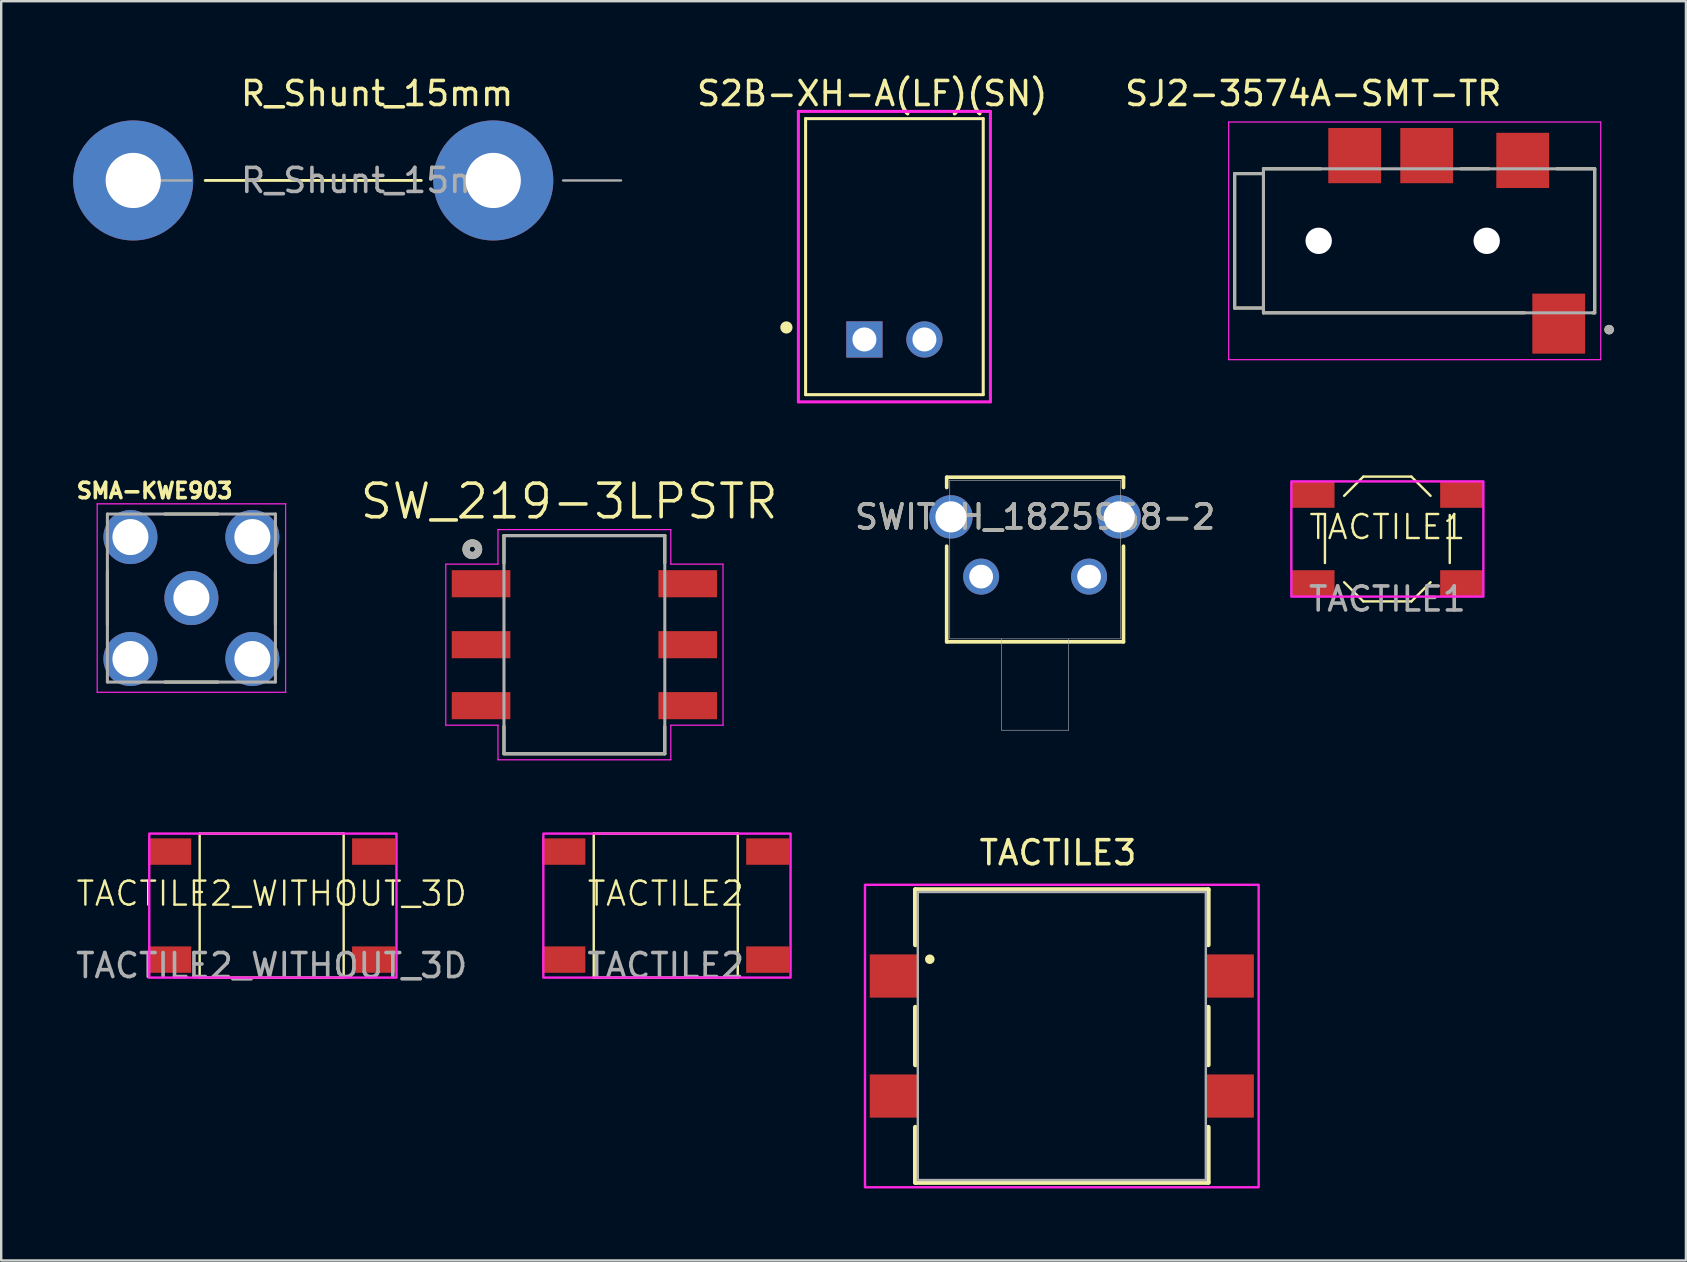
<source format=kicad_pcb>
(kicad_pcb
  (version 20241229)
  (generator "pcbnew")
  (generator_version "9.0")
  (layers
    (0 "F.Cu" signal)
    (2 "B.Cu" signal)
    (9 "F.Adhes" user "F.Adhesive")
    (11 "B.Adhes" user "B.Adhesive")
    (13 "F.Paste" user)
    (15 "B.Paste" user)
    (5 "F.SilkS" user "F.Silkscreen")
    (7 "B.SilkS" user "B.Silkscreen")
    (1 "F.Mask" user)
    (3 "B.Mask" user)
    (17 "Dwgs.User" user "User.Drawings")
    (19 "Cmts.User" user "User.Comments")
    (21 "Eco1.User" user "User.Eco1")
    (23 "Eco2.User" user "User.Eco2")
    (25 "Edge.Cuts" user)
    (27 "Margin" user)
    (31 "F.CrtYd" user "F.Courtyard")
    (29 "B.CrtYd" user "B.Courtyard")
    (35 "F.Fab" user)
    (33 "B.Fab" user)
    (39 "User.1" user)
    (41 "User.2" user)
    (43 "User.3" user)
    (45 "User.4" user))
  (footprint "SMA-KWE903"
    (layer "F.Cu")
    (at 4.924 21.865)
    (property "Reference" "SMA-KWE903" (at -1.533 -4.471 0) (layer "F.SilkS") (effects (font (size 0.64 0.64) (thickness 0.15))))
    (attr through_hole)
    (fp_line (start -3.5 -1.105) (end -3.5 1.105) (stroke (width 0.127) (type solid)) (layer "F.SilkS"))
    (fp_line (start 1.105 -3.5) (end -1.105 -3.5) (stroke (width 0.127) (type solid)) (layer "F.SilkS"))
    (fp_line (start 1.105 3.5) (end -1.105 3.5) (stroke (width 0.127) (type solid)) (layer "F.SilkS"))
    (fp_line (start 3.5 -1.105) (end 3.5 1.105) (stroke (width 0.127) (type solid)) (layer "F.SilkS"))
    (fp_line (start -3.925 -3.925) (end -3.925 3.925) (stroke (width 0.05) (type solid)) (layer "F.CrtYd"))
    (fp_line (start -3.925 3.925) (end 3.925 3.925) (stroke (width 0.05) (type solid)) (layer "F.CrtYd"))
    (fp_line (start 3.925 -3.925) (end -3.925 -3.925) (stroke (width 0.05) (type solid)) (layer "F.CrtYd"))
    (fp_line (start 3.925 3.925) (end 3.925 -3.925) (stroke (width 0.05) (type solid)) (layer "F.CrtYd"))
    (fp_line (start -3.5 -3.5) (end -3.5 3.5) (stroke (width 0.127) (type solid)) (layer "F.Fab"))
    (fp_line (start -3.5 3.5) (end 3.5 3.5) (stroke (width 0.127) (type solid)) (layer "F.Fab"))
    (fp_line (start 3.5 -3.5) (end -3.5 -3.5) (stroke (width 0.127) (type solid)) (layer "F.Fab"))
    (fp_line (start 3.5 3.5) (end 3.5 -3.5) (stroke (width 0.127) (type solid)) (layer "F.Fab"))
    (pad "1" thru_hole circle (at 0 0) (size 2.25 2.25) (drill 1.5) (layers "*.Cu" "*.Mask"))
    (pad "S1" thru_hole circle (at -2.54 -2.54) (size 2.25 2.25) (drill 1.5) (layers "*.Cu" "*.Mask"))
    (pad "S2" thru_hole circle (at -2.54 2.54) (size 2.25 2.25) (drill 1.5) (layers "*.Cu" "*.Mask"))
    (pad "S3" thru_hole circle (at 2.54 2.54) (size 2.25 2.25) (drill 1.5) (layers "*.Cu" "*.Mask"))
    (pad "S4" thru_hole circle (at 2.54 -2.54) (size 2.25 2.25) (drill 1.5) (layers "*.Cu" "*.Mask")))
  (footprint "SW_219-3LPSTR"
    (layer "F.Cu")
    (at 21.296 23.808)
    (property "Reference" "SW_219-3LPSTR" (at -0.635 -5.97 0) (layer "F.SilkS") (effects (font (size 1.4 1.4) (thickness 0.15))))
    (attr smd)
    (fp_line (start -3.35 -4.545) (end -3.35 -3.4) (stroke (width 0.127) (type solid)) (layer "F.SilkS"))
    (fp_line (start -3.35 3.405) (end -3.35 4.545) (stroke (width 0.127) (type solid)) (layer "F.SilkS"))
    (fp_line (start 3.35 -4.545) (end -3.35 -4.545) (stroke (width 0.127) (type solid)) (layer "F.SilkS"))
    (fp_line (start 3.35 -4.545) (end 3.35 -3.4) (stroke (width 0.127) (type solid)) (layer "F.SilkS"))
    (fp_line (start 3.35 3.405) (end 3.35 4.545) (stroke (width 0.127) (type solid)) (layer "F.SilkS"))
    (fp_line (start 3.35 4.545) (end -3.35 4.545) (stroke (width 0.127) (type solid)) (layer "F.SilkS"))
    (fp_circle (center -4.669 -3.977) (end -4.557 -3.977) (stroke (width 0.3) (type solid)) (fill no) (layer "F.SilkS"))
    (fp_line (start -5.775 -3.355) (end -3.6 -3.355) (stroke (width 0.05) (type solid)) (layer "F.CrtYd"))
    (fp_line (start -5.775 3.355) (end -5.775 -3.355) (stroke (width 0.05) (type solid)) (layer "F.CrtYd"))
    (fp_line (start -3.6 -4.795) (end 3.6 -4.795) (stroke (width 0.05) (type solid)) (layer "F.CrtYd"))
    (fp_line (start -3.6 -3.355) (end -3.6 -4.795) (stroke (width 0.05) (type solid)) (layer "F.CrtYd"))
    (fp_line (start -3.6 3.355) (end -5.775 3.355) (stroke (width 0.05) (type solid)) (layer "F.CrtYd"))
    (fp_line (start -3.6 4.795) (end -3.6 3.355) (stroke (width 0.05) (type solid)) (layer "F.CrtYd"))
    (fp_line (start 3.6 -4.795) (end 3.6 -3.355) (stroke (width 0.05) (type solid)) (layer "F.CrtYd"))
    (fp_line (start 3.6 -3.355) (end 5.775 -3.355) (stroke (width 0.05) (type solid)) (layer "F.CrtYd"))
    (fp_line (start 3.6 3.355) (end 3.6 4.795) (stroke (width 0.05) (type solid)) (layer "F.CrtYd"))
    (fp_line (start 3.6 4.795) (end -3.6 4.795) (stroke (width 0.05) (type solid)) (layer "F.CrtYd"))
    (fp_line (start 5.775 -3.355) (end 5.775 3.355) (stroke (width 0.05) (type solid)) (layer "F.CrtYd"))
    (fp_line (start 5.775 3.355) (end 3.6 3.355) (stroke (width 0.05) (type solid)) (layer "F.CrtYd"))
    (fp_line (start -3.35 -4.545) (end 3.35 -4.545) (stroke (width 0.127) (type solid)) (layer "F.Fab"))
    (fp_line (start -3.35 4.545) (end -3.35 -4.545) (stroke (width 0.127) (type solid)) (layer "F.Fab"))
    (fp_line (start 3.35 -4.545) (end 3.35 4.545) (stroke (width 0.127) (type solid)) (layer "F.Fab"))
    (fp_line (start 3.35 4.545) (end -3.35 4.545) (stroke (width 0.127) (type solid)) (layer "F.Fab"))
    (fp_circle (center -4.669 -3.977) (end -4.557 -3.977) (stroke (width 0.3) (type solid)) (fill no) (layer "F.Fab"))
    (pad "1" smd rect (at -4.305 -2.54 270) (size 1.13 2.44) (layers "F.Cu" "F.Mask" "F.Paste"))
    (pad "1_1" smd rect (at 4.305 -2.54 270) (size 1.13 2.44) (layers "F.Cu" "F.Mask" "F.Paste"))
    (pad "2" smd rect (at -4.305 0 270) (size 1.13 2.44) (layers "F.Cu" "F.Mask" "F.Paste"))
    (pad "2_1" smd rect (at 4.305 0 270) (size 1.13 2.44) (layers "F.Cu" "F.Mask" "F.Paste"))
    (pad "3" smd rect (at -4.305 2.54 270) (size 1.13 2.44) (layers "F.Cu" "F.Mask" "F.Paste"))
    (pad "3_1" smd rect (at 4.305 2.54 270) (size 1.13 2.44) (layers "F.Cu" "F.Mask" "F.Paste")))
  (footprint "R_Shunt_15mm"
    (layer "F.Cu")
    (at 2.5 4.468)
    (property "Reference" "R_Shunt_15mm" (at 10.16 -3.62 0) (layer "F.SilkS") (effects (font (size 1 1) (thickness 0.15))))
    (attr through_hole)
    (fp_line (start 3 0) (end 12 0) (stroke (width 0.12) (type solid)) (layer "F.SilkS"))
    (fp_line (start 0 0) (end 2.41 0) (stroke (width 0.1) (type solid)) (layer "F.Fab"))
    (fp_line (start 20.32 0) (end 17.91 0) (stroke (width 0.1) (type solid)) (layer "F.Fab"))
    (fp_text user "${REFERENCE}" (at 10.16 0 0) (layer "F.Fab") (effects (font (size 1 1) (thickness 0.15))))
    (pad "1" thru_hole circle (at 0 0) (size 5 5) (drill 2.3) (layers "*.Cu" "*.Mask"))
    (pad "2" thru_hole circle (at 15 0) (size 5 5) (drill 2.3) (layers "*.Cu" "*.Mask")))
  (footprint "TACTILE1"
    (layer "F.Cu")
    (at 54.748 19.406)
    (property "Reference" "TACTILE1" (at 0 -0.5 0) (unlocked yes) (layer "F.SilkS") (effects (font (size 1 1) (thickness 0.1))))
    (attr smd)
    (fp_line (start -2.6 1) (end -2.6 -1) (stroke (width 0.1) (type default)) (layer "F.SilkS"))
    (fp_line (start -1.8 -1.8) (end -1 -2.6) (stroke (width 0.1) (type default)) (layer "F.SilkS"))
    (fp_line (start -1.8 1.8) (end -1 2.6) (stroke (width 0.1) (type default)) (layer "F.SilkS"))
    (fp_line (start 1 -2.6) (end -1 -2.6) (stroke (width 0.1) (type default)) (layer "F.SilkS"))
    (fp_line (start 1 -2.6) (end 1.8 -1.8) (stroke (width 0.1) (type default)) (layer "F.SilkS"))
    (fp_line (start 1 2.6) (end -1 2.6) (stroke (width 0.1) (type default)) (layer "F.SilkS"))
    (fp_line (start 1 2.6) (end 1.8 1.8) (stroke (width 0.1) (type default)) (layer "F.SilkS"))
    (fp_line (start 2.6 1) (end 2.6 -1) (stroke (width 0.1) (type default)) (layer "F.SilkS"))
    (fp_rect (start -4 -2.4) (end 4 2.4) (stroke (width 0.1) (type default)) (fill no) (layer "F.CrtYd"))
    (fp_text user "${REFERENCE}" (at 0 2.5 0) (unlocked yes) (layer "F.Fab") (effects (font (size 1 1) (thickness 0.15))))
    (pad "1" smd rect (at -3.1 -1.85) (size 1.8 1.1) (layers "F.Cu" "F.Mask" "F.Paste"))
    (pad "2" smd rect (at 3.1 -1.85) (size 1.8 1.1) (layers "F.Cu" "F.Mask" "F.Paste"))
    (pad "3" smd rect (at -3.1 1.85) (size 1.8 1.1) (layers "F.Cu" "F.Mask" "F.Paste"))
    (pad "4" smd rect (at 3.1 1.85) (size 1.8 1.1) (layers "F.Cu" "F.Mask" "F.Paste")))
  (footprint "TACTILE2_WITHOUT_3D"
    (layer "F.Cu")
    (at 8.268 34.678)
    (property "Reference" "TACTILE2_WITHOUT_3D" (at 0 -0.5 0) (unlocked yes) (layer "F.SilkS") (effects (font (size 1 1) (thickness 0.1))))
    (attr smd)
    (fp_line (start -3 3) (end -3 -3) (stroke (width 0.1) (type default)) (layer "F.SilkS"))
    (fp_line (start 3 -3) (end -3 -3) (stroke (width 0.1) (type default)) (layer "F.SilkS"))
    (fp_line (start 3 3) (end -3 3) (stroke (width 0.1) (type default)) (layer "F.SilkS"))
    (fp_line (start 3 3) (end 3 -3) (stroke (width 0.1) (type default)) (layer "F.SilkS"))
    (fp_rect (start -5.1 -3) (end 5.2 3) (stroke (width 0.1) (type default)) (fill no) (layer "F.CrtYd"))
    (fp_text user "${REFERENCE}" (at 0 2.5 0) (unlocked yes) (layer "F.Fab") (effects (font (size 1 1) (thickness 0.15))))
    (pad "1" smd rect (at -4.25 -2.25) (size 1.8 1.1) (layers "F.Cu" "F.Mask" "F.Paste"))
    (pad "2" smd rect (at 4.25 -2.25) (size 1.8 1.1) (layers "F.Cu" "F.Mask" "F.Paste"))
    (pad "3" smd rect (at -4.25 2.25) (size 1.8 1.1) (layers "F.Cu" "F.Mask" "F.Paste"))
    (pad "4" smd rect (at 4.25 2.25) (size 1.8 1.1) (layers "F.Cu" "F.Mask" "F.Paste")))
  (footprint "SJ2-3574A-SMT-TR"
    (layer "F.Cu")
    (at 55.887 6.983)
    (property "Reference" "SJ2-3574A-SMT-TR" (at -4.225 -6.135 0) (layer "F.SilkS") (effects (font (size 1 1) (thickness 0.15))))
    (attr smd)
    (fp_line (start -7.5 -2.8) (end -7.5 2.8) (stroke (width 0.127) (type solid)) (layer "F.SilkS"))
    (fp_line (start -7.5 2.8) (end -6.3 2.8) (stroke (width 0.127) (type solid)) (layer "F.SilkS"))
    (fp_line (start -6.3 -3) (end -3.92 -3) (stroke (width 0.127) (type solid)) (layer "F.SilkS"))
    (fp_line (start -6.3 -2.8) (end -7.5 -2.8) (stroke (width 0.127) (type solid)) (layer "F.SilkS"))
    (fp_line (start -6.3 2.8) (end -6.3 -3) (stroke (width 0.127) (type solid)) (layer "F.SilkS"))
    (fp_line (start -6.3 3) (end -6.3 2.8) (stroke (width 0.127) (type solid)) (layer "F.SilkS"))
    (fp_line (start 1.92 -3) (end 3.08 -3) (stroke (width 0.127) (type solid)) (layer "F.SilkS"))
    (fp_line (start 4.58 3) (end -6.3 3) (stroke (width 0.127) (type solid)) (layer "F.SilkS"))
    (fp_line (start 5.92 -3) (end 7.5 -3) (stroke (width 0.127) (type solid)) (layer "F.SilkS"))
    (fp_line (start 7.5 -3) (end 7.5 3) (stroke (width 0.127) (type solid)) (layer "F.SilkS"))
    (fp_line (start 7.5 3) (end 7.42 3) (stroke (width 0.127) (type solid)) (layer "F.SilkS"))
    (fp_circle (center 8.1 3.7) (end 8.2 3.7) (stroke (width 0.2) (type solid)) (fill no) (layer "F.SilkS"))
    (fp_line (start -7.75 -4.95) (end 7.75 -4.95) (stroke (width 0.05) (type solid)) (layer "F.CrtYd"))
    (fp_line (start -7.75 4.95) (end -7.75 -4.95) (stroke (width 0.05) (type solid)) (layer "F.CrtYd"))
    (fp_line (start 7.75 -4.95) (end 7.75 4.95) (stroke (width 0.05) (type solid)) (layer "F.CrtYd"))
    (fp_line (start 7.75 4.95) (end -7.75 4.95) (stroke (width 0.05) (type solid)) (layer "F.CrtYd"))
    (fp_line (start -7.5 -2.8) (end -7.5 2.8) (stroke (width 0.127) (type solid)) (layer "F.Fab"))
    (fp_line (start -7.5 2.8) (end -6.3 2.8) (stroke (width 0.127) (type solid)) (layer "F.Fab"))
    (fp_line (start -6.3 -3) (end 7.5 -3) (stroke (width 0.127) (type solid)) (layer "F.Fab"))
    (fp_line (start -6.3 -2.8) (end -7.5 -2.8) (stroke (width 0.127) (type solid)) (layer "F.Fab"))
    (fp_line (start -6.3 -2.8) (end -6.3 -3) (stroke (width 0.127) (type solid)) (layer "F.Fab"))
    (fp_line (start -6.3 2.8) (end -6.3 -2.8) (stroke (width 0.127) (type solid)) (layer "F.Fab"))
    (fp_line (start -6.3 3) (end -6.3 2.8) (stroke (width 0.127) (type solid)) (layer "F.Fab"))
    (fp_line (start 7.5 -3) (end 7.5 3) (stroke (width 0.127) (type solid)) (layer "F.Fab"))
    (fp_line (start 7.5 3) (end -6.3 3) (stroke (width 0.127) (type solid)) (layer "F.Fab"))
    (fp_circle (center 8.1 3.7) (end 8.2 3.7) (stroke (width 0.2) (type solid)) (fill no) (layer "F.Fab"))
    (pad "" np_thru_hole circle (at -4 0) (size 1.1 1.1) (drill 1.1) (layers "*.Cu" "*.Mask"))
    (pad "" np_thru_hole circle (at 3 0) (size 1.1 1.1) (drill 1.1) (layers "*.Cu" "*.Mask"))
    (pad "1" smd rect (at 6 3.45) (size 2.2 2.5) (layers "F.Cu" "F.Mask" "F.Paste"))
    (pad "2" smd rect (at 4.5 -3.35) (size 2.2 2.3) (layers "F.Cu" "F.Mask" "F.Paste"))
    (pad "3" smd rect (at 0.5 -3.55) (size 2.2 2.3) (layers "F.Cu" "F.Mask" "F.Paste"))
    (pad "4" smd rect (at -2.5 -3.55) (size 2.2 2.3) (layers "F.Cu" "F.Mask" "F.Paste")))
  (footprint "TACTILE2"
    (layer "F.Cu")
    (at 24.686 34.678)
    (property "Reference" "TACTILE2" (at 0 -0.5 0) (unlocked yes) (layer "F.SilkS") (effects (font (size 1 1) (thickness 0.1))))
    (attr smd)
    (fp_line (start -3 3) (end -3 -3) (stroke (width 0.1) (type default)) (layer "F.SilkS"))
    (fp_line (start 3 -3) (end -3 -3) (stroke (width 0.1) (type default)) (layer "F.SilkS"))
    (fp_line (start 3 3) (end -3 3) (stroke (width 0.1) (type default)) (layer "F.SilkS"))
    (fp_line (start 3 3) (end 3 -3) (stroke (width 0.1) (type default)) (layer "F.SilkS"))
    (fp_rect (start -5.1 -3) (end 5.2 3) (stroke (width 0.1) (type default)) (fill no) (layer "F.CrtYd"))
    (fp_text user "${REFERENCE}" (at 0 2.5 0) (unlocked yes) (layer "F.Fab") (effects (font (size 1 1) (thickness 0.15))))
    (pad "1" smd rect (at -4.25 -2.25) (size 1.8 1.1) (layers "F.Cu" "F.Mask" "F.Paste"))
    (pad "2" smd rect (at 4.25 -2.25) (size 1.8 1.1) (layers "F.Cu" "F.Mask" "F.Paste"))
    (pad "3" smd rect (at -4.25 2.25) (size 1.8 1.1) (layers "F.Cu" "F.Mask" "F.Paste"))
    (pad "4" smd rect (at 4.25 2.25) (size 1.8 1.1) (layers "F.Cu" "F.Mask" "F.Paste")))
  (footprint "SWITCH_1825968-2"
    (layer "F.Cu")
    (at 37.825 20.972)
    (property "Reference" "SWITCH_1825968-2" (at 2.248 -2.489 0) (unlocked yes) (layer "F.SilkS") (effects (font (size 1 1) (thickness 0.15))))
    (attr through_hole)
    (fp_line (start -1.435 -4.14) (end -1.435 -3.711) (stroke (width 0.152) (type solid)) (layer "F.SilkS"))
    (fp_line (start -1.435 -1.268) (end -1.435 2.718) (stroke (width 0.152) (type solid)) (layer "F.SilkS"))
    (fp_line (start 5.931 -4.14) (end -1.435 -4.14) (stroke (width 0.152) (type solid)) (layer "F.SilkS"))
    (fp_line (start 5.931 -4.14) (end 5.931 -3.711) (stroke (width 0.152) (type solid)) (layer "F.SilkS"))
    (fp_line (start 5.931 -1.268) (end 5.931 2.718) (stroke (width 0.152) (type solid)) (layer "F.SilkS"))
    (fp_line (start 5.931 2.718) (end -1.435 2.718) (stroke (width 0.152) (type solid)) (layer "F.SilkS"))
    (fp_line (start -1.308 -4.013) (end -1.308 2.591) (stroke (width 0.025) (type solid)) (layer "F.Fab"))
    (fp_line (start 0.851 2.591) (end 0.851 6.401) (stroke (width 0.025) (type solid)) (layer "F.Fab"))
    (fp_line (start 0.851 6.401) (end 3.645 6.401) (stroke (width 0.025) (type solid)) (layer "F.Fab"))
    (fp_line (start 3.645 6.401) (end 3.645 2.591) (stroke (width 0.025) (type solid)) (layer "F.Fab"))
    (fp_line (start 5.804 -4.013) (end -1.308 -4.013) (stroke (width 0.025) (type solid)) (layer "F.Fab"))
    (fp_line (start 5.804 -4.013) (end 5.804 2.591) (stroke (width 0.025) (type solid)) (layer "F.Fab"))
    (fp_line (start 5.804 2.591) (end -1.308 2.591) (stroke (width 0.025) (type solid)) (layer "F.Fab"))
    (fp_text user "${REFERENCE}" (at 2.248 -2.489 0) (unlocked yes) (layer "F.Fab") (effects (font (size 1 1) (thickness 0.15))))
    (pad "1" thru_hole circle (at 0 0) (size 1.499 1.499) (drill 0.991) (layers "*.Cu" "*.Mask"))
    (pad "2" thru_hole circle (at 4.496 0) (size 1.499 1.499) (drill 0.991) (layers "*.Cu" "*.Mask"))
    (pad "3" thru_hole circle (at -1.257 -2.489) (size 1.803 1.803) (drill 1.295) (layers "*.Cu" "*.Mask"))
    (pad "4" thru_hole circle (at 5.753 -2.489) (size 1.803 1.803) (drill 1.295) (layers "*.Cu" "*.Mask")))
  (footprint "TACTILE3"
    (layer "F.Cu")
    (at 41.186 40.112)
    (property "Reference" "TACTILE3" (at -0.16 -7.635 0) (layer "F.SilkS") (effects (font (size 1 1) (thickness 0.15))))
    (attr smd)
    (fp_line (start -6.1 -6.1) (end 6.1 -6.1) (stroke (width 0.2) (type solid)) (layer "F.SilkS"))
    (fp_line (start -6.1 -3.8) (end -6.1 -6.1) (stroke (width 0.2) (type solid)) (layer "F.SilkS"))
    (fp_line (start -6.1 -1.2) (end -6.1 1.2) (stroke (width 0.2) (type solid)) (layer "F.SilkS"))
    (fp_line (start -6.1 3.8) (end -6.1 6.1) (stroke (width 0.2) (type solid)) (layer "F.SilkS"))
    (fp_line (start -6.1 6.1) (end 6.1 6.1) (stroke (width 0.2) (type solid)) (layer "F.SilkS"))
    (fp_line (start 6.1 -6.1) (end 6.1 -3.8) (stroke (width 0.2) (type solid)) (layer "F.SilkS"))
    (fp_line (start 6.1 1.2) (end 6.1 -1.2) (stroke (width 0.2) (type solid)) (layer "F.SilkS"))
    (fp_line (start 6.1 6.1) (end 6.1 3.8) (stroke (width 0.2) (type solid)) (layer "F.SilkS"))
    (fp_circle (center -5.5 -3.2) (end -5.4 -3.2) (stroke (width 0.2) (type solid)) (fill no) (layer "F.SilkS"))
    (fp_poly (pts (xy -8.2 -6.3) (xy 8.2 -6.3) (xy 8.2 6.3) (xy -8.2 6.3)) (stroke (width 0.1) (type solid)) (fill no) (layer "F.CrtYd"))
    (fp_line (start -6 -6) (end 6 -6) (stroke (width 0.1) (type solid)) (layer "F.Fab"))
    (fp_line (start -6 6) (end -6 -6) (stroke (width 0.1) (type solid)) (layer "F.Fab"))
    (fp_line (start 6 -6) (end 6 6) (stroke (width 0.1) (type solid)) (layer "F.Fab"))
    (fp_line (start 6 6) (end -6 6) (stroke (width 0.1) (type solid)) (layer "F.Fab"))
    (pad "1" smd rect (at -7 -2.5) (size 2 1.8) (layers "F.Cu" "F.Mask" "F.Paste"))
    (pad "2" smd rect (at 7 -2.5) (size 2 1.8) (layers "F.Cu" "F.Mask" "F.Paste"))
    (pad "3" smd rect (at -7 2.5) (size 2 1.8) (layers "F.Cu" "F.Mask" "F.Paste"))
    (pad "4" smd rect (at 7 2.5) (size 2 1.8) (layers "F.Cu" "F.Mask" "F.Paste")))
  (footprint "S2B-XH-A(LF)(SN)"
    (layer "F.Cu")
    (at 34.212 11.092)
    (property "Reference" "S2B-XH-A(LF)(SN)" (at -0.926 -10.244 0) (layer "F.SilkS") (effects (font (size 1.001 1.001) (thickness 0.15))))
    (attr through_hole)
    (fp_line (start -3.7 -9.2) (end 3.7 -9.2) (stroke (width 0.127) (type solid)) (layer "F.SilkS"))
    (fp_line (start -3.7 2.3) (end -3.7 -9.2) (stroke (width 0.127) (type solid)) (layer "F.SilkS"))
    (fp_line (start 3.7 -9.2) (end 3.7 2.3) (stroke (width 0.127) (type solid)) (layer "F.SilkS"))
    (fp_line (start 3.7 2.3) (end -3.7 2.3) (stroke (width 0.127) (type solid)) (layer "F.SilkS"))
    (fp_circle (center -4.5 -0.5) (end -4.246 -0.5) (stroke (width 0) (type solid)) (fill yes) (layer "F.SilkS"))
    (fp_line (start -4 -9.5) (end 4 -9.5) (stroke (width 0.127) (type solid)) (layer "F.CrtYd"))
    (fp_line (start -4 2.6) (end -4 -9.5) (stroke (width 0.127) (type solid)) (layer "F.CrtYd"))
    (fp_line (start 4 -9.5) (end 4 2.6) (stroke (width 0.127) (type solid)) (layer "F.CrtYd"))
    (fp_line (start 4 2.6) (end -4 2.6) (stroke (width 0.127) (type solid)) (layer "F.CrtYd"))
    (pad "1" thru_hole rect (at -1.25 0) (size 1.508 1.508) (drill 1) (layers "*.Cu" "*.Mask"))
    (pad "2" thru_hole circle (at 1.25 0) (size 1.508 1.508) (drill 1) (layers "*.Cu" "*.Mask")))
  (gr_rect
    (start -3 -3)
    (end 67.187 49.462)
    (stroke (width 0.1) (type default))
    (fill no)
    (layer "Edge.Cuts")))
</source>
